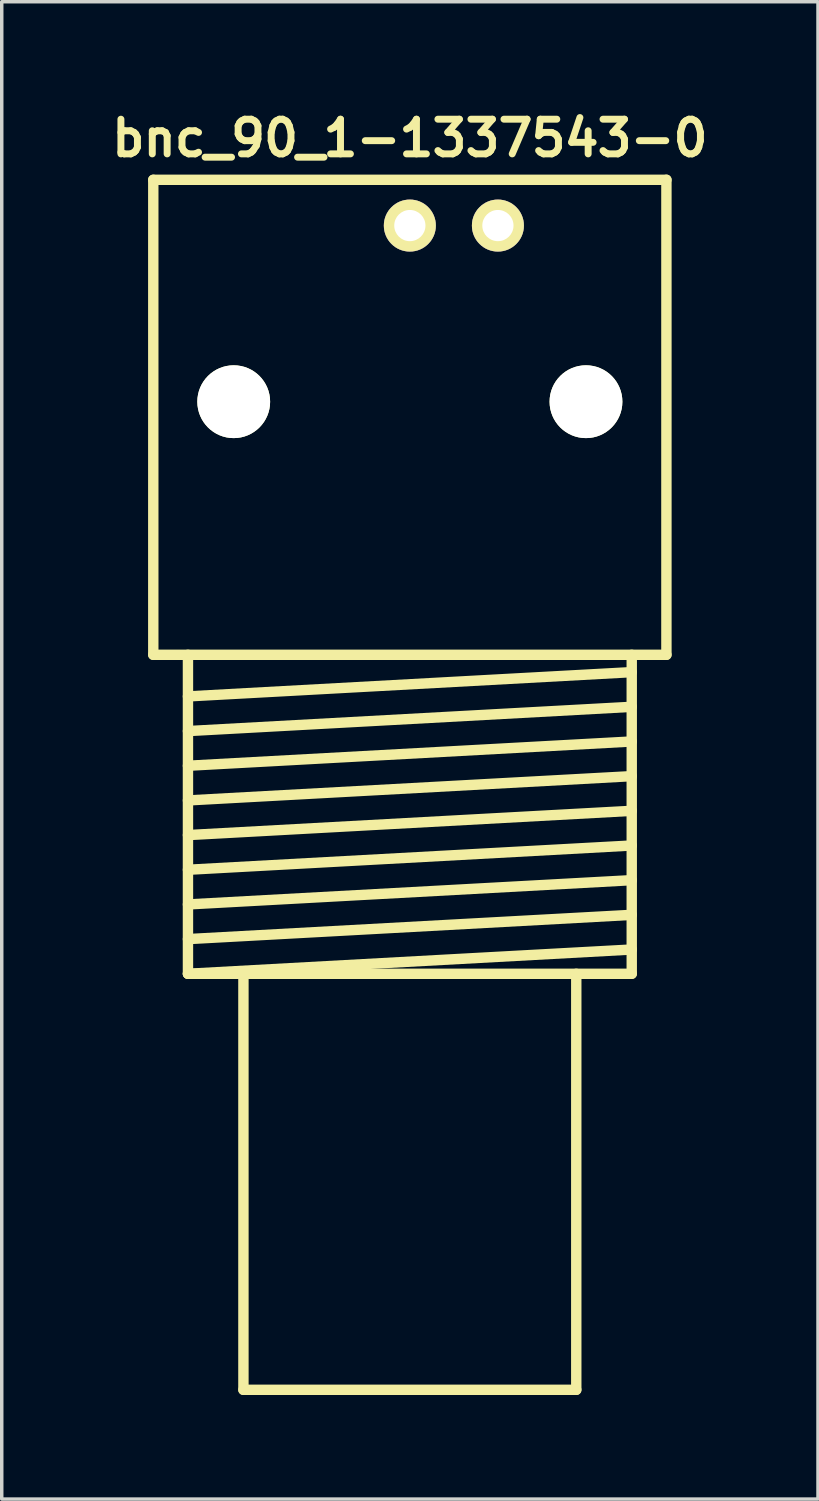
<source format=kicad_pcb>
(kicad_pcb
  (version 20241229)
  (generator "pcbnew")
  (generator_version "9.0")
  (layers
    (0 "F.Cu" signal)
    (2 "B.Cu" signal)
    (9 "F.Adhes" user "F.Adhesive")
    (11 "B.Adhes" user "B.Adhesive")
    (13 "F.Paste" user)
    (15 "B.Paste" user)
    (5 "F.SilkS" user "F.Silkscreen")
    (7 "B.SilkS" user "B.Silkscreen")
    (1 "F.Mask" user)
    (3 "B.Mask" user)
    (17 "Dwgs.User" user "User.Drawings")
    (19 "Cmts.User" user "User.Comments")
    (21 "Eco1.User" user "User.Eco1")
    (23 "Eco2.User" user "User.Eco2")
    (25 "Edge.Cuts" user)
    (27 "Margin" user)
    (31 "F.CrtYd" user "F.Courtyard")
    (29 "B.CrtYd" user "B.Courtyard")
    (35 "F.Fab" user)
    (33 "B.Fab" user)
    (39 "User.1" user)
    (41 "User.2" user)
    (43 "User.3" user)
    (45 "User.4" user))
  (footprint "bnc_90_1-1337543-0"
    (layer "F.Cu")
    (at 8.771 15.836)
    (property "Reference" "bnc_90_1-1337543-0" (at 0 -14.9 0) (layer "F.SilkS") (effects (font (size 1 1) (thickness 0.2))))
    (attr through_hole)
    (fp_line (start -7.4 -13.7) (end -7.4 0) (stroke (width 0.3) (type solid)) (layer "F.SilkS"))
    (fp_line (start -7.4 -13.7) (end 7.4 -13.7) (stroke (width 0.3) (type solid)) (layer "F.SilkS"))
    (fp_line (start -7.4 0) (end 7.4 0) (stroke (width 0.3) (type solid)) (layer "F.SilkS"))
    (fp_line (start -6.4 1.2) (end 6.4 0.5) (stroke (width 0.3) (type solid)) (layer "F.SilkS"))
    (fp_line (start -6.4 2.2) (end 6.4 1.5) (stroke (width 0.3) (type solid)) (layer "F.SilkS"))
    (fp_line (start -6.4 3.2) (end 6.4 2.5) (stroke (width 0.3) (type solid)) (layer "F.SilkS"))
    (fp_line (start -6.4 4.2) (end 6.4 3.5) (stroke (width 0.3) (type solid)) (layer "F.SilkS"))
    (fp_line (start -6.4 5.2) (end 6.4 4.5) (stroke (width 0.3) (type solid)) (layer "F.SilkS"))
    (fp_line (start -6.4 6.2) (end 6.4 5.5) (stroke (width 0.3) (type solid)) (layer "F.SilkS"))
    (fp_line (start -6.4 7.2) (end 6.4 6.5) (stroke (width 0.3) (type solid)) (layer "F.SilkS"))
    (fp_line (start -6.4 8.2) (end 6.4 7.5) (stroke (width 0.3) (type solid)) (layer "F.SilkS"))
    (fp_line (start -6.4 9.2) (end -6.4 0) (stroke (width 0.3) (type solid)) (layer "F.SilkS"))
    (fp_line (start -6.4 9.2) (end 6.4 8.5) (stroke (width 0.3) (type solid)) (layer "F.SilkS"))
    (fp_line (start -6.4 9.2) (end 6.4 9.2) (stroke (width 0.3) (type solid)) (layer "F.SilkS"))
    (fp_line (start -4.8 21.2) (end -4.8 9.2) (stroke (width 0.3) (type solid)) (layer "F.SilkS"))
    (fp_line (start -4.8 21.2) (end 4.8 21.2) (stroke (width 0.3) (type solid)) (layer "F.SilkS"))
    (fp_line (start 4.8 21.2) (end 4.8 9.2) (stroke (width 0.3) (type solid)) (layer "F.SilkS"))
    (fp_line (start 6.4 9.2) (end 6.4 0) (stroke (width 0.3) (type solid)) (layer "F.SilkS"))
    (fp_line (start 7.4 0) (end 7.4 -13.7) (stroke (width 0.3) (type solid)) (layer "F.SilkS"))
    (pad "" np_thru_hole circle (at -5.08 -7.3) (size 2.1 2.1) (drill 2.1) (layers "*.Cu" "*.Mask" "F.SilkS"))
    (pad "" np_thru_hole circle (at 5.08 -7.3) (size 2.1 2.1) (drill 2.1) (layers "*.Cu" "*.Mask" "F.SilkS"))
    (pad "1" thru_hole circle (at 0 -12.38) (size 1.5 1.5) (drill 0.9) (layers "*.Cu" "*.Mask" "F.SilkS"))
    (pad "2" thru_hole circle (at 2.54 -12.38) (size 1.5 1.5) (drill 0.9) (layers "*.Cu" "*.Mask" "F.SilkS")))
  (gr_rect
    (start -3 -3)
    (end 20.543 40.186)
    (stroke (width 0.1) (type default))
    (fill no)
    (layer "Edge.Cuts")))
</source>
